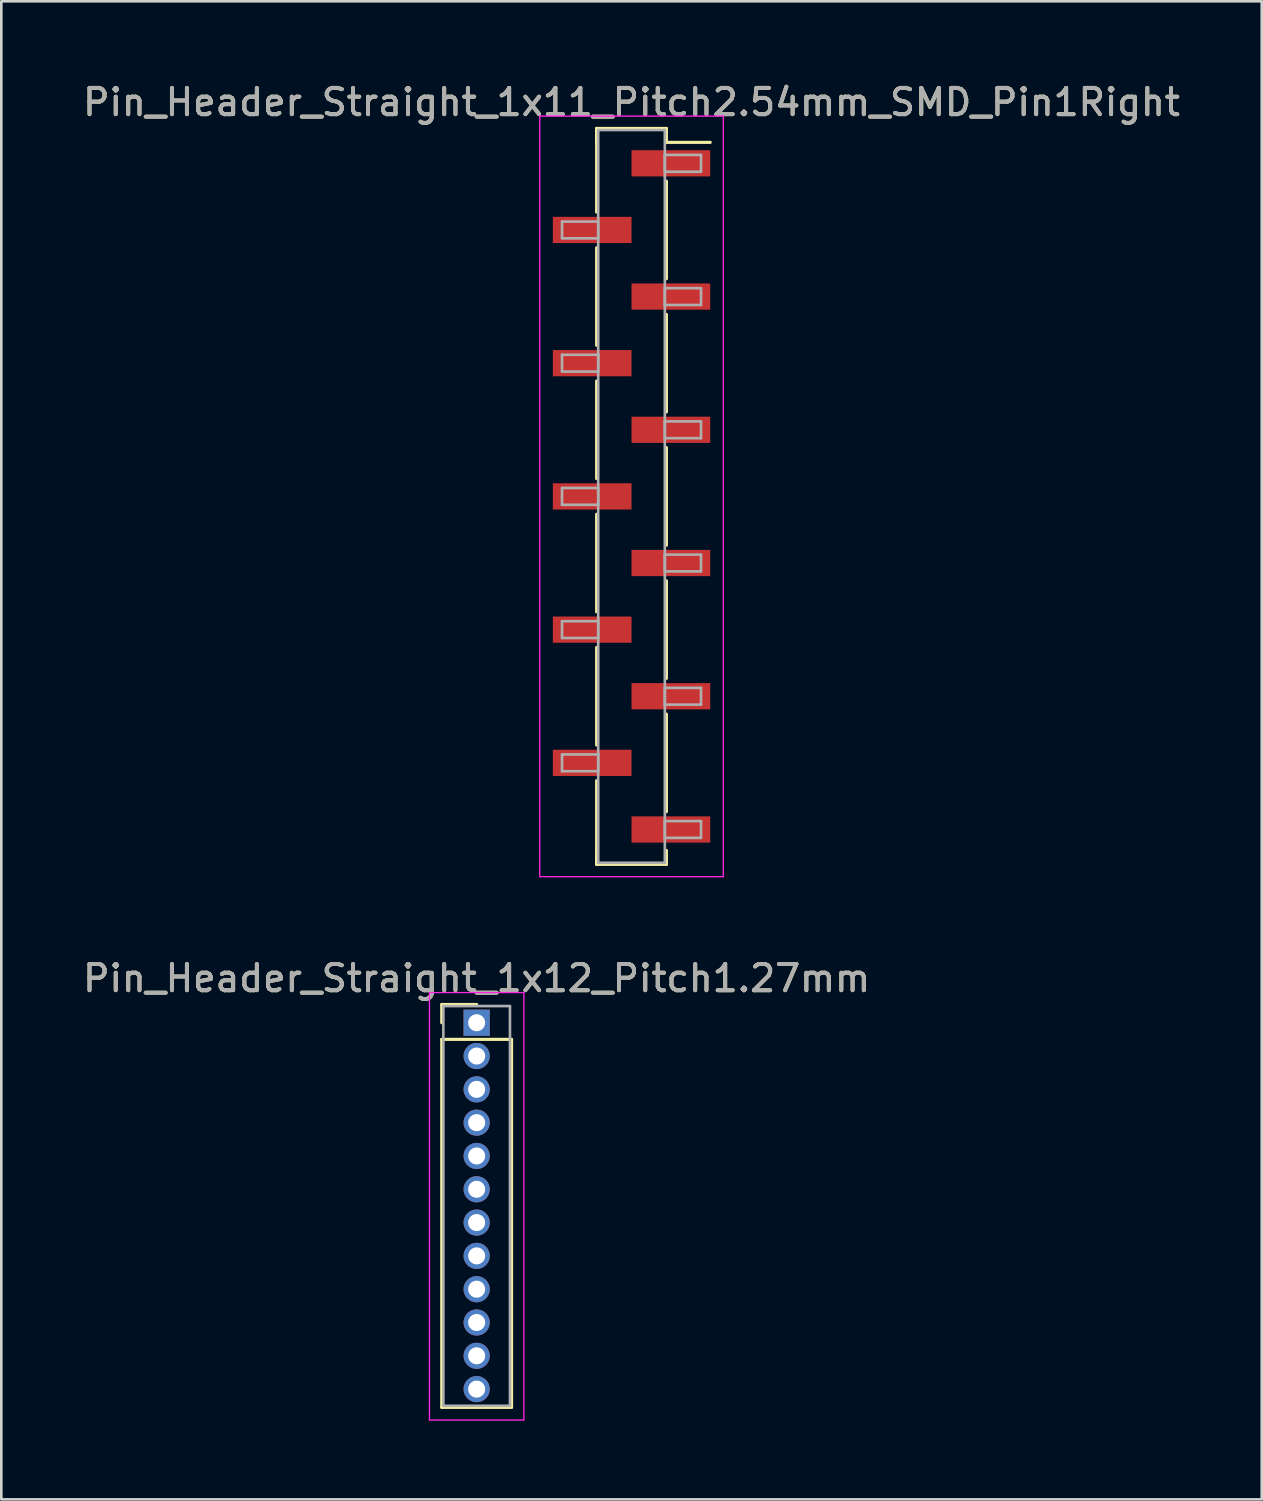
<source format=kicad_pcb>
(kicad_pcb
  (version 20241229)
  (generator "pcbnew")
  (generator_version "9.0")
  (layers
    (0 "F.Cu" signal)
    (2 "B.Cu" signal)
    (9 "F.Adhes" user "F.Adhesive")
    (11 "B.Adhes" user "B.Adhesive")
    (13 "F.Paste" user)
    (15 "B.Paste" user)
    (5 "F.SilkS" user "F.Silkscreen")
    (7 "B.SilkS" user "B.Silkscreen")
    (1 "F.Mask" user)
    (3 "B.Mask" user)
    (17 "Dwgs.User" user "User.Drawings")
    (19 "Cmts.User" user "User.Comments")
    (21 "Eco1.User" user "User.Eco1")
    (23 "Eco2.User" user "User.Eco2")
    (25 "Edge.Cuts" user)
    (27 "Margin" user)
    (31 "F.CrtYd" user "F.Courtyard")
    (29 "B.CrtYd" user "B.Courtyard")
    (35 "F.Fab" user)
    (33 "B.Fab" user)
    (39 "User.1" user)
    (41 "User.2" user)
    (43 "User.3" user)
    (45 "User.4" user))
  (footprint "Pin_Header_Straight_1x12_Pitch1.27mm"
    (layer "F.Cu")
    (at 15.125 35.947)
    (property "Reference" "Pin_Header_Straight_1x12_Pitch1.27mm" (at 0 -1.695 0) (layer "F.SilkS") (effects (font (size 1 1) (thickness 0.15))))
    (attr through_hole)
    (fp_line (start -1.33 -0.695) (end 0 -0.695) (stroke (width 0.12) (type solid)) (layer "F.SilkS"))
    (fp_line (start -1.33 0) (end -1.33 -0.695) (stroke (width 0.12) (type solid)) (layer "F.SilkS"))
    (fp_line (start -1.33 0.635) (end -1.33 14.665) (stroke (width 0.12) (type solid)) (layer "F.SilkS"))
    (fp_line (start -1.33 14.665) (end 1.33 14.665) (stroke (width 0.12) (type solid)) (layer "F.SilkS"))
    (fp_line (start 1.33 0.635) (end -1.33 0.635) (stroke (width 0.12) (type solid)) (layer "F.SilkS"))
    (fp_line (start 1.33 14.665) (end 1.33 0.635) (stroke (width 0.12) (type solid)) (layer "F.SilkS"))
    (fp_line (start -1.8 -1.15) (end -1.8 15.15) (stroke (width 0.05) (type solid)) (layer "F.CrtYd"))
    (fp_line (start -1.8 15.15) (end 1.8 15.15) (stroke (width 0.05) (type solid)) (layer "F.CrtYd"))
    (fp_line (start 1.8 -1.15) (end -1.8 -1.15) (stroke (width 0.05) (type solid)) (layer "F.CrtYd"))
    (fp_line (start 1.8 15.15) (end 1.8 -1.15) (stroke (width 0.05) (type solid)) (layer "F.CrtYd"))
    (fp_line (start -1.27 -0.635) (end -1.27 14.605) (stroke (width 0.1) (type solid)) (layer "F.Fab"))
    (fp_line (start -1.27 14.605) (end 1.27 14.605) (stroke (width 0.1) (type solid)) (layer "F.Fab"))
    (fp_line (start 1.27 -0.635) (end -1.27 -0.635) (stroke (width 0.1) (type solid)) (layer "F.Fab"))
    (fp_line (start 1.27 14.605) (end 1.27 -0.635) (stroke (width 0.1) (type solid)) (layer "F.Fab"))
    (fp_text user "${REFERENCE}" (at 0 -1.695 0) (layer "F.Fab") (effects (font (size 1 1) (thickness 0.15))))
    (pad "1" thru_hole rect (at 0 0) (size 1 1) (drill 0.65) (layers "*.Cu" "*.Mask"))
    (pad "2" thru_hole oval (at 0 1.27) (size 1 1) (drill 0.65) (layers "*.Cu" "*.Mask"))
    (pad "3" thru_hole oval (at 0 2.54) (size 1 1) (drill 0.65) (layers "*.Cu" "*.Mask"))
    (pad "4" thru_hole oval (at 0 3.81) (size 1 1) (drill 0.65) (layers "*.Cu" "*.Mask"))
    (pad "5" thru_hole oval (at 0 5.08) (size 1 1) (drill 0.65) (layers "*.Cu" "*.Mask"))
    (pad "6" thru_hole oval (at 0 6.35) (size 1 1) (drill 0.65) (layers "*.Cu" "*.Mask"))
    (pad "7" thru_hole oval (at 0 7.62) (size 1 1) (drill 0.65) (layers "*.Cu" "*.Mask"))
    (pad "8" thru_hole oval (at 0 8.89) (size 1 1) (drill 0.65) (layers "*.Cu" "*.Mask"))
    (pad "9" thru_hole oval (at 0 10.16) (size 1 1) (drill 0.65) (layers "*.Cu" "*.Mask"))
    (pad "10" thru_hole oval (at 0 11.43) (size 1 1) (drill 0.65) (layers "*.Cu" "*.Mask"))
    (pad "11" thru_hole oval (at 0 12.7) (size 1 1) (drill 0.65) (layers "*.Cu" "*.Mask"))
    (pad "12" thru_hole oval (at 0 13.97) (size 1 1) (drill 0.65) (layers "*.Cu" "*.Mask")))
  (footprint "Pin_Header_Straight_1x11_Pitch2.54mm_SMD_Pin1Right"
    (layer "F.Cu")
    (at 21.03 15.878)
    (property "Reference" "Pin_Header_Straight_1x11_Pitch2.54mm_SMD_Pin1Right" (at 0 -15.03 0) (layer "F.SilkS") (effects (font (size 1 1) (thickness 0.15))))
    (attr smd)
    (fp_line (start -1.33 -14.03) (end -1.33 -10.84) (stroke (width 0.12) (type solid)) (layer "F.SilkS"))
    (fp_line (start -1.33 -14.03) (end 1.33 -14.03) (stroke (width 0.12) (type solid)) (layer "F.SilkS"))
    (fp_line (start -1.33 -13.5) (end -1.33 -14.03) (stroke (width 0.12) (type solid)) (layer "F.SilkS"))
    (fp_line (start -1.33 -9.48) (end -1.33 -5.76) (stroke (width 0.12) (type solid)) (layer "F.SilkS"))
    (fp_line (start -1.33 -4.4) (end -1.33 -0.68) (stroke (width 0.12) (type solid)) (layer "F.SilkS"))
    (fp_line (start -1.33 0.68) (end -1.33 4.4) (stroke (width 0.12) (type solid)) (layer "F.SilkS"))
    (fp_line (start -1.33 5.76) (end -1.33 9.48) (stroke (width 0.12) (type solid)) (layer "F.SilkS"))
    (fp_line (start -1.33 10.84) (end -1.33 14.03) (stroke (width 0.12) (type solid)) (layer "F.SilkS"))
    (fp_line (start -1.33 13.5) (end -1.33 14.03) (stroke (width 0.12) (type solid)) (layer "F.SilkS"))
    (fp_line (start -1.33 14.03) (end 1.33 14.03) (stroke (width 0.12) (type solid)) (layer "F.SilkS"))
    (fp_line (start 1.33 -14.03) (end 1.33 -13.5) (stroke (width 0.12) (type solid)) (layer "F.SilkS"))
    (fp_line (start 1.33 -13.5) (end 3 -13.5) (stroke (width 0.12) (type solid)) (layer "F.SilkS"))
    (fp_line (start 1.33 -12.02) (end 1.33 -8.3) (stroke (width 0.12) (type solid)) (layer "F.SilkS"))
    (fp_line (start 1.33 -6.94) (end 1.33 -3.22) (stroke (width 0.12) (type solid)) (layer "F.SilkS"))
    (fp_line (start 1.33 -1.86) (end 1.33 1.86) (stroke (width 0.12) (type solid)) (layer "F.SilkS"))
    (fp_line (start 1.33 3.22) (end 1.33 6.94) (stroke (width 0.12) (type solid)) (layer "F.SilkS"))
    (fp_line (start 1.33 8.3) (end 1.33 12.02) (stroke (width 0.12) (type solid)) (layer "F.SilkS"))
    (fp_line (start 1.33 14.03) (end 1.33 13.5) (stroke (width 0.12) (type solid)) (layer "F.SilkS"))
    (fp_line (start -3.5 -14.5) (end -3.5 14.5) (stroke (width 0.05) (type solid)) (layer "F.CrtYd"))
    (fp_line (start -3.5 14.5) (end 3.5 14.5) (stroke (width 0.05) (type solid)) (layer "F.CrtYd"))
    (fp_line (start 3.5 -14.5) (end -3.5 -14.5) (stroke (width 0.05) (type solid)) (layer "F.CrtYd"))
    (fp_line (start 3.5 14.5) (end 3.5 -14.5) (stroke (width 0.05) (type solid)) (layer "F.CrtYd"))
    (fp_line (start -2.65 -10.48) (end -1.27 -10.48) (stroke (width 0.1) (type solid)) (layer "F.Fab"))
    (fp_line (start -2.65 -9.84) (end -2.65 -10.48) (stroke (width 0.1) (type solid)) (layer "F.Fab"))
    (fp_line (start -2.65 -5.4) (end -1.27 -5.4) (stroke (width 0.1) (type solid)) (layer "F.Fab"))
    (fp_line (start -2.65 -4.76) (end -2.65 -5.4) (stroke (width 0.1) (type solid)) (layer "F.Fab"))
    (fp_line (start -2.65 -0.32) (end -1.27 -0.32) (stroke (width 0.1) (type solid)) (layer "F.Fab"))
    (fp_line (start -2.65 0.32) (end -2.65 -0.32) (stroke (width 0.1) (type solid)) (layer "F.Fab"))
    (fp_line (start -2.65 4.76) (end -1.27 4.76) (stroke (width 0.1) (type solid)) (layer "F.Fab"))
    (fp_line (start -2.65 5.4) (end -2.65 4.76) (stroke (width 0.1) (type solid)) (layer "F.Fab"))
    (fp_line (start -2.65 9.84) (end -1.27 9.84) (stroke (width 0.1) (type solid)) (layer "F.Fab"))
    (fp_line (start -2.65 10.48) (end -2.65 9.84) (stroke (width 0.1) (type solid)) (layer "F.Fab"))
    (fp_line (start -1.27 -13.97) (end -1.27 13.97) (stroke (width 0.1) (type solid)) (layer "F.Fab"))
    (fp_line (start -1.27 -10.48) (end -1.27 -9.84) (stroke (width 0.1) (type solid)) (layer "F.Fab"))
    (fp_line (start -1.27 -9.84) (end -2.65 -9.84) (stroke (width 0.1) (type solid)) (layer "F.Fab"))
    (fp_line (start -1.27 -5.4) (end -1.27 -4.76) (stroke (width 0.1) (type solid)) (layer "F.Fab"))
    (fp_line (start -1.27 -4.76) (end -2.65 -4.76) (stroke (width 0.1) (type solid)) (layer "F.Fab"))
    (fp_line (start -1.27 -0.32) (end -1.27 0.32) (stroke (width 0.1) (type solid)) (layer "F.Fab"))
    (fp_line (start -1.27 0.32) (end -2.65 0.32) (stroke (width 0.1) (type solid)) (layer "F.Fab"))
    (fp_line (start -1.27 4.76) (end -1.27 5.4) (stroke (width 0.1) (type solid)) (layer "F.Fab"))
    (fp_line (start -1.27 5.4) (end -2.65 5.4) (stroke (width 0.1) (type solid)) (layer "F.Fab"))
    (fp_line (start -1.27 9.84) (end -1.27 10.48) (stroke (width 0.1) (type solid)) (layer "F.Fab"))
    (fp_line (start -1.27 10.48) (end -2.65 10.48) (stroke (width 0.1) (type solid)) (layer "F.Fab"))
    (fp_line (start -1.27 13.97) (end 1.27 13.97) (stroke (width 0.1) (type solid)) (layer "F.Fab"))
    (fp_line (start 1.27 -13.97) (end -1.27 -13.97) (stroke (width 0.1) (type solid)) (layer "F.Fab"))
    (fp_line (start 1.27 -13.02) (end 1.27 -12.38) (stroke (width 0.1) (type solid)) (layer "F.Fab"))
    (fp_line (start 1.27 -12.38) (end 2.65 -12.38) (stroke (width 0.1) (type solid)) (layer "F.Fab"))
    (fp_line (start 1.27 -7.94) (end 1.27 -7.3) (stroke (width 0.1) (type solid)) (layer "F.Fab"))
    (fp_line (start 1.27 -7.3) (end 2.65 -7.3) (stroke (width 0.1) (type solid)) (layer "F.Fab"))
    (fp_line (start 1.27 -2.86) (end 1.27 -2.22) (stroke (width 0.1) (type solid)) (layer "F.Fab"))
    (fp_line (start 1.27 -2.22) (end 2.65 -2.22) (stroke (width 0.1) (type solid)) (layer "F.Fab"))
    (fp_line (start 1.27 2.22) (end 1.27 2.86) (stroke (width 0.1) (type solid)) (layer "F.Fab"))
    (fp_line (start 1.27 2.86) (end 2.65 2.86) (stroke (width 0.1) (type solid)) (layer "F.Fab"))
    (fp_line (start 1.27 7.3) (end 1.27 7.94) (stroke (width 0.1) (type solid)) (layer "F.Fab"))
    (fp_line (start 1.27 7.94) (end 2.65 7.94) (stroke (width 0.1) (type solid)) (layer "F.Fab"))
    (fp_line (start 1.27 12.38) (end 1.27 13.02) (stroke (width 0.1) (type solid)) (layer "F.Fab"))
    (fp_line (start 1.27 13.02) (end 2.65 13.02) (stroke (width 0.1) (type solid)) (layer "F.Fab"))
    (fp_line (start 1.27 13.97) (end 1.27 -13.97) (stroke (width 0.1) (type solid)) (layer "F.Fab"))
    (fp_line (start 2.65 -13.02) (end 1.27 -13.02) (stroke (width 0.1) (type solid)) (layer "F.Fab"))
    (fp_line (start 2.65 -12.38) (end 2.65 -13.02) (stroke (width 0.1) (type solid)) (layer "F.Fab"))
    (fp_line (start 2.65 -7.94) (end 1.27 -7.94) (stroke (width 0.1) (type solid)) (layer "F.Fab"))
    (fp_line (start 2.65 -7.3) (end 2.65 -7.94) (stroke (width 0.1) (type solid)) (layer "F.Fab"))
    (fp_line (start 2.65 -2.86) (end 1.27 -2.86) (stroke (width 0.1) (type solid)) (layer "F.Fab"))
    (fp_line (start 2.65 -2.22) (end 2.65 -2.86) (stroke (width 0.1) (type solid)) (layer "F.Fab"))
    (fp_line (start 2.65 2.22) (end 1.27 2.22) (stroke (width 0.1) (type solid)) (layer "F.Fab"))
    (fp_line (start 2.65 2.86) (end 2.65 2.22) (stroke (width 0.1) (type solid)) (layer "F.Fab"))
    (fp_line (start 2.65 7.3) (end 1.27 7.3) (stroke (width 0.1) (type solid)) (layer "F.Fab"))
    (fp_line (start 2.65 7.94) (end 2.65 7.3) (stroke (width 0.1) (type solid)) (layer "F.Fab"))
    (fp_line (start 2.65 12.38) (end 1.27 12.38) (stroke (width 0.1) (type solid)) (layer "F.Fab"))
    (fp_line (start 2.65 13.02) (end 2.65 12.38) (stroke (width 0.1) (type solid)) (layer "F.Fab"))
    (fp_text user "${REFERENCE}" (at 0 -15.03 0) (layer "F.Fab") (effects (font (size 1 1) (thickness 0.15))))
    (pad "1" smd rect (at 1.5 -12.7) (size 3 1) (layers "F.Cu" "F.Mask" "F.Paste"))
    (pad "2" smd rect (at -1.5 -10.16) (size 3 1) (layers "F.Cu" "F.Mask" "F.Paste"))
    (pad "3" smd rect (at 1.5 -7.62) (size 3 1) (layers "F.Cu" "F.Mask" "F.Paste"))
    (pad "4" smd rect (at -1.5 -5.08) (size 3 1) (layers "F.Cu" "F.Mask" "F.Paste"))
    (pad "5" smd rect (at 1.5 -2.54) (size 3 1) (layers "F.Cu" "F.Mask" "F.Paste"))
    (pad "6" smd rect (at -1.5 0) (size 3 1) (layers "F.Cu" "F.Mask" "F.Paste"))
    (pad "7" smd rect (at 1.5 2.54) (size 3 1) (layers "F.Cu" "F.Mask" "F.Paste"))
    (pad "8" smd rect (at -1.5 5.08) (size 3 1) (layers "F.Cu" "F.Mask" "F.Paste"))
    (pad "9" smd rect (at 1.5 7.62) (size 3 1) (layers "F.Cu" "F.Mask" "F.Paste"))
    (pad "10" smd rect (at -1.5 10.16) (size 3 1) (layers "F.Cu" "F.Mask" "F.Paste"))
    (pad "11" smd rect (at 1.5 12.7) (size 3 1) (layers "F.Cu" "F.Mask" "F.Paste")))
  (gr_rect
    (start -3 -3)
    (end 45.06 54.121)
    (stroke (width 0.1) (type default))
    (fill no)
    (layer "Edge.Cuts")))
</source>
